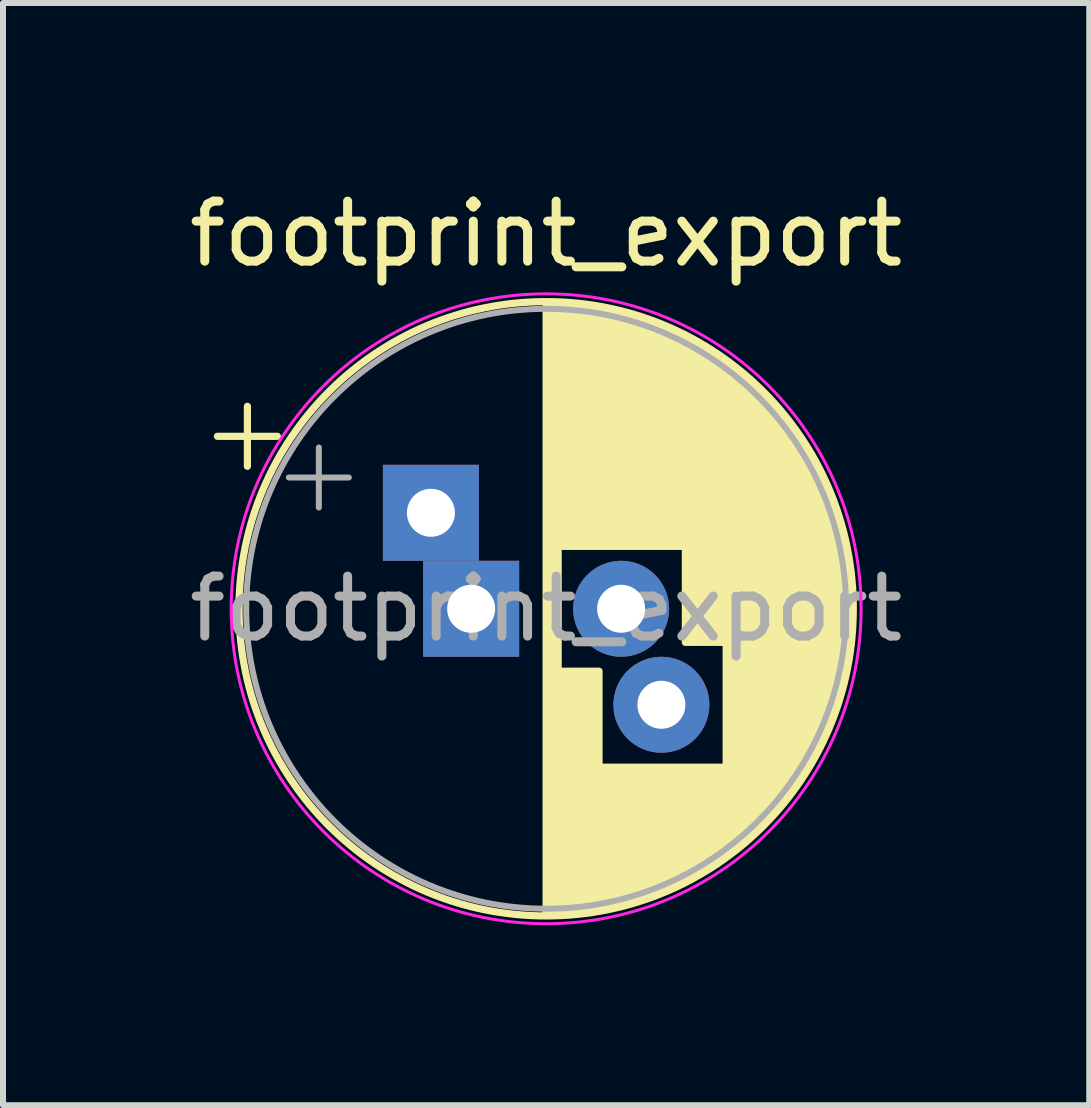
<source format=kicad_pcb>
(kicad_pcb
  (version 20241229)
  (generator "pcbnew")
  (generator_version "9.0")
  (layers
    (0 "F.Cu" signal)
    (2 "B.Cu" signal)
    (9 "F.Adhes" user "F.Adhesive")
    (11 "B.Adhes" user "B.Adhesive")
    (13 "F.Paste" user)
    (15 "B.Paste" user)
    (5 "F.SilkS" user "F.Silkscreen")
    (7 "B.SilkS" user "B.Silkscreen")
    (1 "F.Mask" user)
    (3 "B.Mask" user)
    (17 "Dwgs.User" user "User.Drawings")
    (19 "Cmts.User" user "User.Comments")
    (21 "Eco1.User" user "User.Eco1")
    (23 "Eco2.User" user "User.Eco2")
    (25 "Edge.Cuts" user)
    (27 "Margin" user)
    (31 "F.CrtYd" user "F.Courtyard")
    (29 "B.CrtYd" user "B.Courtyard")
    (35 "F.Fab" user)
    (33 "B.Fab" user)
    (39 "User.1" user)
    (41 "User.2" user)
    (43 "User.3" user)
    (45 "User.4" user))
  (footprint "footprint_export"
    (layer "F.Cu")
    (at 4.804 7.098)
    (property "Reference" "footprint_export" (at 1.25 -6.25 0) (layer "F.SilkS") (effects (font (size 1 1) (thickness 0.15))))
    (attr through_hole)
    (fp_line (start -4.23 -2.875) (end -3.23 -2.875) (stroke (width 0.12) (type solid)) (layer "F.SilkS"))
    (fp_line (start -3.73 -3.375) (end -3.73 -2.375) (stroke (width 0.12) (type solid)) (layer "F.SilkS"))
    (fp_line (start 1.25 -5.08) (end 1.25 5.08) (stroke (width 0.12) (type solid)) (layer "F.SilkS"))
    (fp_line (start 1.29 -5.08) (end 1.29 5.08) (stroke (width 0.12) (type solid)) (layer "F.SilkS"))
    (fp_line (start 1.33 -5.08) (end 1.33 5.08) (stroke (width 0.12) (type solid)) (layer "F.SilkS"))
    (fp_line (start 1.37 -5.079) (end 1.37 5.079) (stroke (width 0.12) (type solid)) (layer "F.SilkS"))
    (fp_line (start 1.41 -5.078) (end 1.41 5.078) (stroke (width 0.12) (type solid)) (layer "F.SilkS"))
    (fp_line (start 1.45 -5.077) (end 1.45 5.077) (stroke (width 0.12) (type solid)) (layer "F.SilkS"))
    (fp_line (start 1.49 -5.075) (end 1.49 -1.04) (stroke (width 0.12) (type solid)) (layer "F.SilkS"))
    (fp_line (start 1.49 1.04) (end 1.49 5.075) (stroke (width 0.12) (type solid)) (layer "F.SilkS"))
    (fp_line (start 1.53 -5.073) (end 1.53 -1.04) (stroke (width 0.12) (type solid)) (layer "F.SilkS"))
    (fp_line (start 1.53 1.04) (end 1.53 5.073) (stroke (width 0.12) (type solid)) (layer "F.SilkS"))
    (fp_line (start 1.57 -5.07) (end 1.57 -1.04) (stroke (width 0.12) (type solid)) (layer "F.SilkS"))
    (fp_line (start 1.57 1.04) (end 1.57 5.07) (stroke (width 0.12) (type solid)) (layer "F.SilkS"))
    (fp_line (start 1.61 -5.068) (end 1.61 -1.04) (stroke (width 0.12) (type solid)) (layer "F.SilkS"))
    (fp_line (start 1.61 1.04) (end 1.61 5.068) (stroke (width 0.12) (type solid)) (layer "F.SilkS"))
    (fp_line (start 1.65 -5.065) (end 1.65 -1.04) (stroke (width 0.12) (type solid)) (layer "F.SilkS"))
    (fp_line (start 1.65 1.04) (end 1.65 5.065) (stroke (width 0.12) (type solid)) (layer "F.SilkS"))
    (fp_line (start 1.69 -5.062) (end 1.69 -1.04) (stroke (width 0.12) (type solid)) (layer "F.SilkS"))
    (fp_line (start 1.69 1.04) (end 1.69 5.062) (stroke (width 0.12) (type solid)) (layer "F.SilkS"))
    (fp_line (start 1.73 -5.058) (end 1.73 -1.04) (stroke (width 0.12) (type solid)) (layer "F.SilkS"))
    (fp_line (start 1.73 1.04) (end 1.73 5.058) (stroke (width 0.12) (type solid)) (layer "F.SilkS"))
    (fp_line (start 1.77 -5.054) (end 1.77 -1.04) (stroke (width 0.12) (type solid)) (layer "F.SilkS"))
    (fp_line (start 1.77 1.04) (end 1.77 5.054) (stroke (width 0.12) (type solid)) (layer "F.SilkS"))
    (fp_line (start 1.81 -5.05) (end 1.81 -1.04) (stroke (width 0.12) (type solid)) (layer "F.SilkS"))
    (fp_line (start 1.81 1.04) (end 1.81 5.05) (stroke (width 0.12) (type solid)) (layer "F.SilkS"))
    (fp_line (start 1.85 -5.045) (end 1.85 -1.04) (stroke (width 0.12) (type solid)) (layer "F.SilkS"))
    (fp_line (start 1.85 1.04) (end 1.85 5.045) (stroke (width 0.12) (type solid)) (layer "F.SilkS"))
    (fp_line (start 1.89 -5.04) (end 1.89 -1.04) (stroke (width 0.12) (type solid)) (layer "F.SilkS"))
    (fp_line (start 1.89 1.04) (end 1.89 5.04) (stroke (width 0.12) (type solid)) (layer "F.SilkS"))
    (fp_line (start 1.93 -5.035) (end 1.93 -1.04) (stroke (width 0.12) (type solid)) (layer "F.SilkS"))
    (fp_line (start 1.93 1.04) (end 1.93 5.035) (stroke (width 0.12) (type solid)) (layer "F.SilkS"))
    (fp_line (start 1.971 -5.03) (end 1.971 -1.04) (stroke (width 0.12) (type solid)) (layer "F.SilkS"))
    (fp_line (start 1.971 1.04) (end 1.971 5.03) (stroke (width 0.12) (type solid)) (layer "F.SilkS"))
    (fp_line (start 2.011 -5.024) (end 2.011 -1.04) (stroke (width 0.12) (type solid)) (layer "F.SilkS"))
    (fp_line (start 2.011 1.04) (end 2.011 5.024) (stroke (width 0.12) (type solid)) (layer "F.SilkS"))
    (fp_line (start 2.051 -5.018) (end 2.051 -1.04) (stroke (width 0.12) (type solid)) (layer "F.SilkS"))
    (fp_line (start 2.051 1.04) (end 2.051 5.018) (stroke (width 0.12) (type solid)) (layer "F.SilkS"))
    (fp_line (start 2.091 -5.011) (end 2.091 -1.04) (stroke (width 0.12) (type solid)) (layer "F.SilkS"))
    (fp_line (start 2.091 1.04) (end 2.091 5.011) (stroke (width 0.12) (type solid)) (layer "F.SilkS"))
    (fp_line (start 2.131 -5.004) (end 2.131 -1.04) (stroke (width 0.12) (type solid)) (layer "F.SilkS"))
    (fp_line (start 2.131 1.04) (end 2.131 5.004) (stroke (width 0.12) (type solid)) (layer "F.SilkS"))
    (fp_line (start 2.171 -4.997) (end 2.171 -1.04) (stroke (width 0.12) (type solid)) (layer "F.SilkS"))
    (fp_line (start 2.171 2.64) (end 2.171 4.997) (stroke (width 0.12) (type solid)) (layer "F.SilkS"))
    (fp_line (start 2.211 -4.99) (end 2.211 -1.04) (stroke (width 0.12) (type solid)) (layer "F.SilkS"))
    (fp_line (start 2.211 2.64) (end 2.211 4.99) (stroke (width 0.12) (type solid)) (layer "F.SilkS"))
    (fp_line (start 2.251 -4.982) (end 2.251 -1.04) (stroke (width 0.12) (type solid)) (layer "F.SilkS"))
    (fp_line (start 2.251 2.64) (end 2.251 4.982) (stroke (width 0.12) (type solid)) (layer "F.SilkS"))
    (fp_line (start 2.291 -4.974) (end 2.291 -1.04) (stroke (width 0.12) (type solid)) (layer "F.SilkS"))
    (fp_line (start 2.291 2.64) (end 2.291 4.974) (stroke (width 0.12) (type solid)) (layer "F.SilkS"))
    (fp_line (start 2.331 -4.965) (end 2.331 -1.04) (stroke (width 0.12) (type solid)) (layer "F.SilkS"))
    (fp_line (start 2.331 2.64) (end 2.331 4.965) (stroke (width 0.12) (type solid)) (layer "F.SilkS"))
    (fp_line (start 2.371 -4.956) (end 2.371 -1.04) (stroke (width 0.12) (type solid)) (layer "F.SilkS"))
    (fp_line (start 2.371 2.64) (end 2.371 4.956) (stroke (width 0.12) (type solid)) (layer "F.SilkS"))
    (fp_line (start 2.411 -4.947) (end 2.411 -1.04) (stroke (width 0.12) (type solid)) (layer "F.SilkS"))
    (fp_line (start 2.411 2.64) (end 2.411 4.947) (stroke (width 0.12) (type solid)) (layer "F.SilkS"))
    (fp_line (start 2.451 -4.938) (end 2.451 -1.04) (stroke (width 0.12) (type solid)) (layer "F.SilkS"))
    (fp_line (start 2.451 2.64) (end 2.451 4.938) (stroke (width 0.12) (type solid)) (layer "F.SilkS"))
    (fp_line (start 2.491 -4.928) (end 2.491 -1.04) (stroke (width 0.12) (type solid)) (layer "F.SilkS"))
    (fp_line (start 2.491 2.64) (end 2.491 4.928) (stroke (width 0.12) (type solid)) (layer "F.SilkS"))
    (fp_line (start 2.531 -4.918) (end 2.531 -1.04) (stroke (width 0.12) (type solid)) (layer "F.SilkS"))
    (fp_line (start 2.531 2.64) (end 2.531 4.918) (stroke (width 0.12) (type solid)) (layer "F.SilkS"))
    (fp_line (start 2.571 -4.907) (end 2.571 -1.04) (stroke (width 0.12) (type solid)) (layer "F.SilkS"))
    (fp_line (start 2.571 2.64) (end 2.571 4.907) (stroke (width 0.12) (type solid)) (layer "F.SilkS"))
    (fp_line (start 2.611 -4.897) (end 2.611 -1.04) (stroke (width 0.12) (type solid)) (layer "F.SilkS"))
    (fp_line (start 2.611 2.64) (end 2.611 4.897) (stroke (width 0.12) (type solid)) (layer "F.SilkS"))
    (fp_line (start 2.651 -4.885) (end 2.651 -1.04) (stroke (width 0.12) (type solid)) (layer "F.SilkS"))
    (fp_line (start 2.651 2.64) (end 2.651 4.885) (stroke (width 0.12) (type solid)) (layer "F.SilkS"))
    (fp_line (start 2.691 -4.874) (end 2.691 -1.04) (stroke (width 0.12) (type solid)) (layer "F.SilkS"))
    (fp_line (start 2.691 2.64) (end 2.691 4.874) (stroke (width 0.12) (type solid)) (layer "F.SilkS"))
    (fp_line (start 2.731 -4.862) (end 2.731 -1.04) (stroke (width 0.12) (type solid)) (layer "F.SilkS"))
    (fp_line (start 2.731 2.64) (end 2.731 4.862) (stroke (width 0.12) (type solid)) (layer "F.SilkS"))
    (fp_line (start 2.771 -4.85) (end 2.771 -1.04) (stroke (width 0.12) (type solid)) (layer "F.SilkS"))
    (fp_line (start 2.771 2.64) (end 2.771 4.85) (stroke (width 0.12) (type solid)) (layer "F.SilkS"))
    (fp_line (start 2.811 -4.837) (end 2.811 -1.04) (stroke (width 0.12) (type solid)) (layer "F.SilkS"))
    (fp_line (start 2.811 2.64) (end 2.811 4.837) (stroke (width 0.12) (type solid)) (layer "F.SilkS"))
    (fp_line (start 2.851 -4.824) (end 2.851 -1.04) (stroke (width 0.12) (type solid)) (layer "F.SilkS"))
    (fp_line (start 2.851 2.64) (end 2.851 4.824) (stroke (width 0.12) (type solid)) (layer "F.SilkS"))
    (fp_line (start 2.891 -4.811) (end 2.891 -1.04) (stroke (width 0.12) (type solid)) (layer "F.SilkS"))
    (fp_line (start 2.891 2.64) (end 2.891 4.811) (stroke (width 0.12) (type solid)) (layer "F.SilkS"))
    (fp_line (start 2.931 -4.797) (end 2.931 -1.04) (stroke (width 0.12) (type solid)) (layer "F.SilkS"))
    (fp_line (start 2.931 2.64) (end 2.931 4.797) (stroke (width 0.12) (type solid)) (layer "F.SilkS"))
    (fp_line (start 2.971 -4.783) (end 2.971 -1.04) (stroke (width 0.12) (type solid)) (layer "F.SilkS"))
    (fp_line (start 2.971 2.64) (end 2.971 4.783) (stroke (width 0.12) (type solid)) (layer "F.SilkS"))
    (fp_line (start 3.011 -4.768) (end 3.011 -1.04) (stroke (width 0.12) (type solid)) (layer "F.SilkS"))
    (fp_line (start 3.011 2.64) (end 3.011 4.768) (stroke (width 0.12) (type solid)) (layer "F.SilkS"))
    (fp_line (start 3.051 -4.754) (end 3.051 -1.04) (stroke (width 0.12) (type solid)) (layer "F.SilkS"))
    (fp_line (start 3.051 2.64) (end 3.051 4.754) (stroke (width 0.12) (type solid)) (layer "F.SilkS"))
    (fp_line (start 3.091 -4.738) (end 3.091 -1.04) (stroke (width 0.12) (type solid)) (layer "F.SilkS"))
    (fp_line (start 3.091 2.64) (end 3.091 4.738) (stroke (width 0.12) (type solid)) (layer "F.SilkS"))
    (fp_line (start 3.131 -4.723) (end 3.131 -1.04) (stroke (width 0.12) (type solid)) (layer "F.SilkS"))
    (fp_line (start 3.131 2.64) (end 3.131 4.723) (stroke (width 0.12) (type solid)) (layer "F.SilkS"))
    (fp_line (start 3.171 -4.707) (end 3.171 -1.04) (stroke (width 0.12) (type solid)) (layer "F.SilkS"))
    (fp_line (start 3.171 2.64) (end 3.171 4.707) (stroke (width 0.12) (type solid)) (layer "F.SilkS"))
    (fp_line (start 3.211 -4.69) (end 3.211 -1.04) (stroke (width 0.12) (type solid)) (layer "F.SilkS"))
    (fp_line (start 3.211 2.64) (end 3.211 4.69) (stroke (width 0.12) (type solid)) (layer "F.SilkS"))
    (fp_line (start 3.251 -4.674) (end 3.251 -1.04) (stroke (width 0.12) (type solid)) (layer "F.SilkS"))
    (fp_line (start 3.251 2.64) (end 3.251 4.674) (stroke (width 0.12) (type solid)) (layer "F.SilkS"))
    (fp_line (start 3.291 -4.657) (end 3.291 -1.04) (stroke (width 0.12) (type solid)) (layer "F.SilkS"))
    (fp_line (start 3.291 2.64) (end 3.291 4.657) (stroke (width 0.12) (type solid)) (layer "F.SilkS"))
    (fp_line (start 3.331 -4.639) (end 3.331 -1.04) (stroke (width 0.12) (type solid)) (layer "F.SilkS"))
    (fp_line (start 3.331 2.64) (end 3.331 4.639) (stroke (width 0.12) (type solid)) (layer "F.SilkS"))
    (fp_line (start 3.371 -4.621) (end 3.371 -1.04) (stroke (width 0.12) (type solid)) (layer "F.SilkS"))
    (fp_line (start 3.371 2.64) (end 3.371 4.621) (stroke (width 0.12) (type solid)) (layer "F.SilkS"))
    (fp_line (start 3.411 -4.603) (end 3.411 -1.04) (stroke (width 0.12) (type solid)) (layer "F.SilkS"))
    (fp_line (start 3.411 2.64) (end 3.411 4.603) (stroke (width 0.12) (type solid)) (layer "F.SilkS"))
    (fp_line (start 3.451 -4.584) (end 3.451 -1.04) (stroke (width 0.12) (type solid)) (layer "F.SilkS"))
    (fp_line (start 3.451 2.64) (end 3.451 4.584) (stroke (width 0.12) (type solid)) (layer "F.SilkS"))
    (fp_line (start 3.491 -4.564) (end 3.491 -1.04) (stroke (width 0.12) (type solid)) (layer "F.SilkS"))
    (fp_line (start 3.491 2.64) (end 3.491 4.564) (stroke (width 0.12) (type solid)) (layer "F.SilkS"))
    (fp_line (start 3.531 -4.545) (end 3.531 -1.04) (stroke (width 0.12) (type solid)) (layer "F.SilkS"))
    (fp_line (start 3.531 2.64) (end 3.531 4.545) (stroke (width 0.12) (type solid)) (layer "F.SilkS"))
    (fp_line (start 3.571 -4.525) (end 3.571 0.56) (stroke (width 0.12) (type solid)) (layer "F.SilkS"))
    (fp_line (start 3.571 2.64) (end 3.571 4.525) (stroke (width 0.12) (type solid)) (layer "F.SilkS"))
    (fp_line (start 3.611 -4.504) (end 3.611 0.56) (stroke (width 0.12) (type solid)) (layer "F.SilkS"))
    (fp_line (start 3.611 2.64) (end 3.611 4.504) (stroke (width 0.12) (type solid)) (layer "F.SilkS"))
    (fp_line (start 3.651 -4.483) (end 3.651 0.56) (stroke (width 0.12) (type solid)) (layer "F.SilkS"))
    (fp_line (start 3.651 2.64) (end 3.651 4.483) (stroke (width 0.12) (type solid)) (layer "F.SilkS"))
    (fp_line (start 3.691 -4.462) (end 3.691 0.56) (stroke (width 0.12) (type solid)) (layer "F.SilkS"))
    (fp_line (start 3.691 2.64) (end 3.691 4.462) (stroke (width 0.12) (type solid)) (layer "F.SilkS"))
    (fp_line (start 3.731 -4.44) (end 3.731 0.56) (stroke (width 0.12) (type solid)) (layer "F.SilkS"))
    (fp_line (start 3.731 2.64) (end 3.731 4.44) (stroke (width 0.12) (type solid)) (layer "F.SilkS"))
    (fp_line (start 3.771 -4.417) (end 3.771 0.56) (stroke (width 0.12) (type solid)) (layer "F.SilkS"))
    (fp_line (start 3.771 2.64) (end 3.771 4.417) (stroke (width 0.12) (type solid)) (layer "F.SilkS"))
    (fp_line (start 3.811 -4.395) (end 3.811 0.56) (stroke (width 0.12) (type solid)) (layer "F.SilkS"))
    (fp_line (start 3.811 2.64) (end 3.811 4.395) (stroke (width 0.12) (type solid)) (layer "F.SilkS"))
    (fp_line (start 3.851 -4.371) (end 3.851 0.56) (stroke (width 0.12) (type solid)) (layer "F.SilkS"))
    (fp_line (start 3.851 2.64) (end 3.851 4.371) (stroke (width 0.12) (type solid)) (layer "F.SilkS"))
    (fp_line (start 3.891 -4.347) (end 3.891 0.56) (stroke (width 0.12) (type solid)) (layer "F.SilkS"))
    (fp_line (start 3.891 2.64) (end 3.891 4.347) (stroke (width 0.12) (type solid)) (layer "F.SilkS"))
    (fp_line (start 3.931 -4.323) (end 3.931 0.56) (stroke (width 0.12) (type solid)) (layer "F.SilkS"))
    (fp_line (start 3.931 2.64) (end 3.931 4.323) (stroke (width 0.12) (type solid)) (layer "F.SilkS"))
    (fp_line (start 3.971 -4.298) (end 3.971 0.56) (stroke (width 0.12) (type solid)) (layer "F.SilkS"))
    (fp_line (start 3.971 2.64) (end 3.971 4.298) (stroke (width 0.12) (type solid)) (layer "F.SilkS"))
    (fp_line (start 4.011 -4.273) (end 4.011 0.56) (stroke (width 0.12) (type solid)) (layer "F.SilkS"))
    (fp_line (start 4.011 2.64) (end 4.011 4.273) (stroke (width 0.12) (type solid)) (layer "F.SilkS"))
    (fp_line (start 4.051 -4.247) (end 4.051 0.56) (stroke (width 0.12) (type solid)) (layer "F.SilkS"))
    (fp_line (start 4.051 2.64) (end 4.051 4.247) (stroke (width 0.12) (type solid)) (layer "F.SilkS"))
    (fp_line (start 4.091 -4.221) (end 4.091 0.56) (stroke (width 0.12) (type solid)) (layer "F.SilkS"))
    (fp_line (start 4.091 2.64) (end 4.091 4.221) (stroke (width 0.12) (type solid)) (layer "F.SilkS"))
    (fp_line (start 4.131 -4.194) (end 4.131 0.56) (stroke (width 0.12) (type solid)) (layer "F.SilkS"))
    (fp_line (start 4.131 2.64) (end 4.131 4.194) (stroke (width 0.12) (type solid)) (layer "F.SilkS"))
    (fp_line (start 4.171 -4.166) (end 4.171 0.56) (stroke (width 0.12) (type solid)) (layer "F.SilkS"))
    (fp_line (start 4.171 2.64) (end 4.171 4.166) (stroke (width 0.12) (type solid)) (layer "F.SilkS"))
    (fp_line (start 4.211 -4.138) (end 4.211 0.56) (stroke (width 0.12) (type solid)) (layer "F.SilkS"))
    (fp_line (start 4.211 2.64) (end 4.211 4.138) (stroke (width 0.12) (type solid)) (layer "F.SilkS"))
    (fp_line (start 4.251 -4.11) (end 4.251 4.11) (stroke (width 0.12) (type solid)) (layer "F.SilkS"))
    (fp_line (start 4.291 -4.08) (end 4.291 4.08) (stroke (width 0.12) (type solid)) (layer "F.SilkS"))
    (fp_line (start 4.331 -4.05) (end 4.331 4.05) (stroke (width 0.12) (type solid)) (layer "F.SilkS"))
    (fp_line (start 4.371 -4.02) (end 4.371 4.02) (stroke (width 0.12) (type solid)) (layer "F.SilkS"))
    (fp_line (start 4.411 -3.989) (end 4.411 3.989) (stroke (width 0.12) (type solid)) (layer "F.SilkS"))
    (fp_line (start 4.451 -3.957) (end 4.451 3.957) (stroke (width 0.12) (type solid)) (layer "F.SilkS"))
    (fp_line (start 4.491 -3.925) (end 4.491 3.925) (stroke (width 0.12) (type solid)) (layer "F.SilkS"))
    (fp_line (start 4.531 -3.892) (end 4.531 3.892) (stroke (width 0.12) (type solid)) (layer "F.SilkS"))
    (fp_line (start 4.571 -3.858) (end 4.571 3.858) (stroke (width 0.12) (type solid)) (layer "F.SilkS"))
    (fp_line (start 4.611 -3.824) (end 4.611 3.824) (stroke (width 0.12) (type solid)) (layer "F.SilkS"))
    (fp_line (start 4.651 -3.789) (end 4.651 3.789) (stroke (width 0.12) (type solid)) (layer "F.SilkS"))
    (fp_line (start 4.691 -3.753) (end 4.691 3.753) (stroke (width 0.12) (type solid)) (layer "F.SilkS"))
    (fp_line (start 4.731 -3.716) (end 4.731 3.716) (stroke (width 0.12) (type solid)) (layer "F.SilkS"))
    (fp_line (start 4.771 -3.679) (end 4.771 3.679) (stroke (width 0.12) (type solid)) (layer "F.SilkS"))
    (fp_line (start 4.811 -3.64) (end 4.811 3.64) (stroke (width 0.12) (type solid)) (layer "F.SilkS"))
    (fp_line (start 4.851 -3.601) (end 4.851 3.601) (stroke (width 0.12) (type solid)) (layer "F.SilkS"))
    (fp_line (start 4.891 -3.561) (end 4.891 3.561) (stroke (width 0.12) (type solid)) (layer "F.SilkS"))
    (fp_line (start 4.931 -3.52) (end 4.931 3.52) (stroke (width 0.12) (type solid)) (layer "F.SilkS"))
    (fp_line (start 4.971 -3.478) (end 4.971 3.478) (stroke (width 0.12) (type solid)) (layer "F.SilkS"))
    (fp_line (start 5.011 -3.436) (end 5.011 3.436) (stroke (width 0.12) (type solid)) (layer "F.SilkS"))
    (fp_line (start 5.051 -3.392) (end 5.051 3.392) (stroke (width 0.12) (type solid)) (layer "F.SilkS"))
    (fp_line (start 5.091 -3.347) (end 5.091 3.347) (stroke (width 0.12) (type solid)) (layer "F.SilkS"))
    (fp_line (start 5.131 -3.301) (end 5.131 3.301) (stroke (width 0.12) (type solid)) (layer "F.SilkS"))
    (fp_line (start 5.171 -3.254) (end 5.171 3.254) (stroke (width 0.12) (type solid)) (layer "F.SilkS"))
    (fp_line (start 5.211 -3.206) (end 5.211 3.206) (stroke (width 0.12) (type solid)) (layer "F.SilkS"))
    (fp_line (start 5.251 -3.156) (end 5.251 3.156) (stroke (width 0.12) (type solid)) (layer "F.SilkS"))
    (fp_line (start 5.291 -3.106) (end 5.291 3.106) (stroke (width 0.12) (type solid)) (layer "F.SilkS"))
    (fp_line (start 5.331 -3.054) (end 5.331 3.054) (stroke (width 0.12) (type solid)) (layer "F.SilkS"))
    (fp_line (start 5.371 -3) (end 5.371 3) (stroke (width 0.12) (type solid)) (layer "F.SilkS"))
    (fp_line (start 5.411 -2.945) (end 5.411 2.945) (stroke (width 0.12) (type solid)) (layer "F.SilkS"))
    (fp_line (start 5.451 -2.889) (end 5.451 2.889) (stroke (width 0.12) (type solid)) (layer "F.SilkS"))
    (fp_line (start 5.491 -2.83) (end 5.491 2.83) (stroke (width 0.12) (type solid)) (layer "F.SilkS"))
    (fp_line (start 5.531 -2.77) (end 5.531 2.77) (stroke (width 0.12) (type solid)) (layer "F.SilkS"))
    (fp_line (start 5.571 -2.709) (end 5.571 2.709) (stroke (width 0.12) (type solid)) (layer "F.SilkS"))
    (fp_line (start 5.611 -2.645) (end 5.611 2.645) (stroke (width 0.12) (type solid)) (layer "F.SilkS"))
    (fp_line (start 5.651 -2.579) (end 5.651 2.579) (stroke (width 0.12) (type solid)) (layer "F.SilkS"))
    (fp_line (start 5.691 -2.51) (end 5.691 2.51) (stroke (width 0.12) (type solid)) (layer "F.SilkS"))
    (fp_line (start 5.731 -2.439) (end 5.731 2.439) (stroke (width 0.12) (type solid)) (layer "F.SilkS"))
    (fp_line (start 5.771 -2.365) (end 5.771 2.365) (stroke (width 0.12) (type solid)) (layer "F.SilkS"))
    (fp_line (start 5.811 -2.289) (end 5.811 2.289) (stroke (width 0.12) (type solid)) (layer "F.SilkS"))
    (fp_line (start 5.851 -2.209) (end 5.851 2.209) (stroke (width 0.12) (type solid)) (layer "F.SilkS"))
    (fp_line (start 5.891 -2.125) (end 5.891 2.125) (stroke (width 0.12) (type solid)) (layer "F.SilkS"))
    (fp_line (start 5.931 -2.037) (end 5.931 2.037) (stroke (width 0.12) (type solid)) (layer "F.SilkS"))
    (fp_line (start 5.971 -1.944) (end 5.971 1.944) (stroke (width 0.12) (type solid)) (layer "F.SilkS"))
    (fp_line (start 6.011 -1.846) (end 6.011 1.846) (stroke (width 0.12) (type solid)) (layer "F.SilkS"))
    (fp_line (start 6.051 -1.742) (end 6.051 1.742) (stroke (width 0.12) (type solid)) (layer "F.SilkS"))
    (fp_line (start 6.091 -1.63) (end 6.091 1.63) (stroke (width 0.12) (type solid)) (layer "F.SilkS"))
    (fp_line (start 6.131 -1.51) (end 6.131 1.51) (stroke (width 0.12) (type solid)) (layer "F.SilkS"))
    (fp_line (start 6.171 -1.378) (end 6.171 1.378) (stroke (width 0.12) (type solid)) (layer "F.SilkS"))
    (fp_line (start 6.211 -1.23) (end 6.211 1.23) (stroke (width 0.12) (type solid)) (layer "F.SilkS"))
    (fp_line (start 6.251 -1.062) (end 6.251 1.062) (stroke (width 0.12) (type solid)) (layer "F.SilkS"))
    (fp_line (start 6.291 -0.862) (end 6.291 0.862) (stroke (width 0.12) (type solid)) (layer "F.SilkS"))
    (fp_line (start 6.331 -0.599) (end 6.331 0.599) (stroke (width 0.12) (type solid)) (layer "F.SilkS"))
    (fp_circle (center 1.25 0) (end 6.37 0) (stroke (width 0.12) (type solid)) (fill no) (layer "F.SilkS"))
    (fp_circle (center 1.25 0) (end 6.5 0) (stroke (width 0.05) (type solid)) (fill no) (layer "F.CrtYd"))
    (fp_line (start -3.039 -2.188) (end -2.039 -2.188) (stroke (width 0.1) (type solid)) (layer "F.Fab"))
    (fp_line (start -2.539 -2.688) (end -2.539 -1.688) (stroke (width 0.1) (type solid)) (layer "F.Fab"))
    (fp_circle (center 1.25 0) (end 6.25 0) (stroke (width 0.1) (type solid)) (fill no) (layer "F.Fab"))
    (fp_text user "${REFERENCE}" (at 1.25 0 0) (layer "F.Fab") (effects (font (size 1 1) (thickness 0.15))))
    (pad "1" thru_hole rect (at -0.671 -1.6) (size 1.6 1.6) (drill 0.8) (layers "*.Cu" "*.Mask"))
    (pad "1" thru_hole rect (at 0 0) (size 1.6 1.6) (drill 0.8) (layers "*.Cu" "*.Mask"))
    (pad "2" thru_hole circle (at 2.5 0) (size 1.6 1.6) (drill 0.8) (layers "*.Cu" "*.Mask"))
    (pad "2" thru_hole circle (at 3.171 1.6) (size 1.6 1.6) (drill 0.8) (layers "*.Cu" "*.Mask")))
  (gr_rect
    (start -3 -3)
    (end 15.107 15.373)
    (stroke (width 0.1) (type default))
    (fill no)
    (layer "Edge.Cuts")))
</source>
